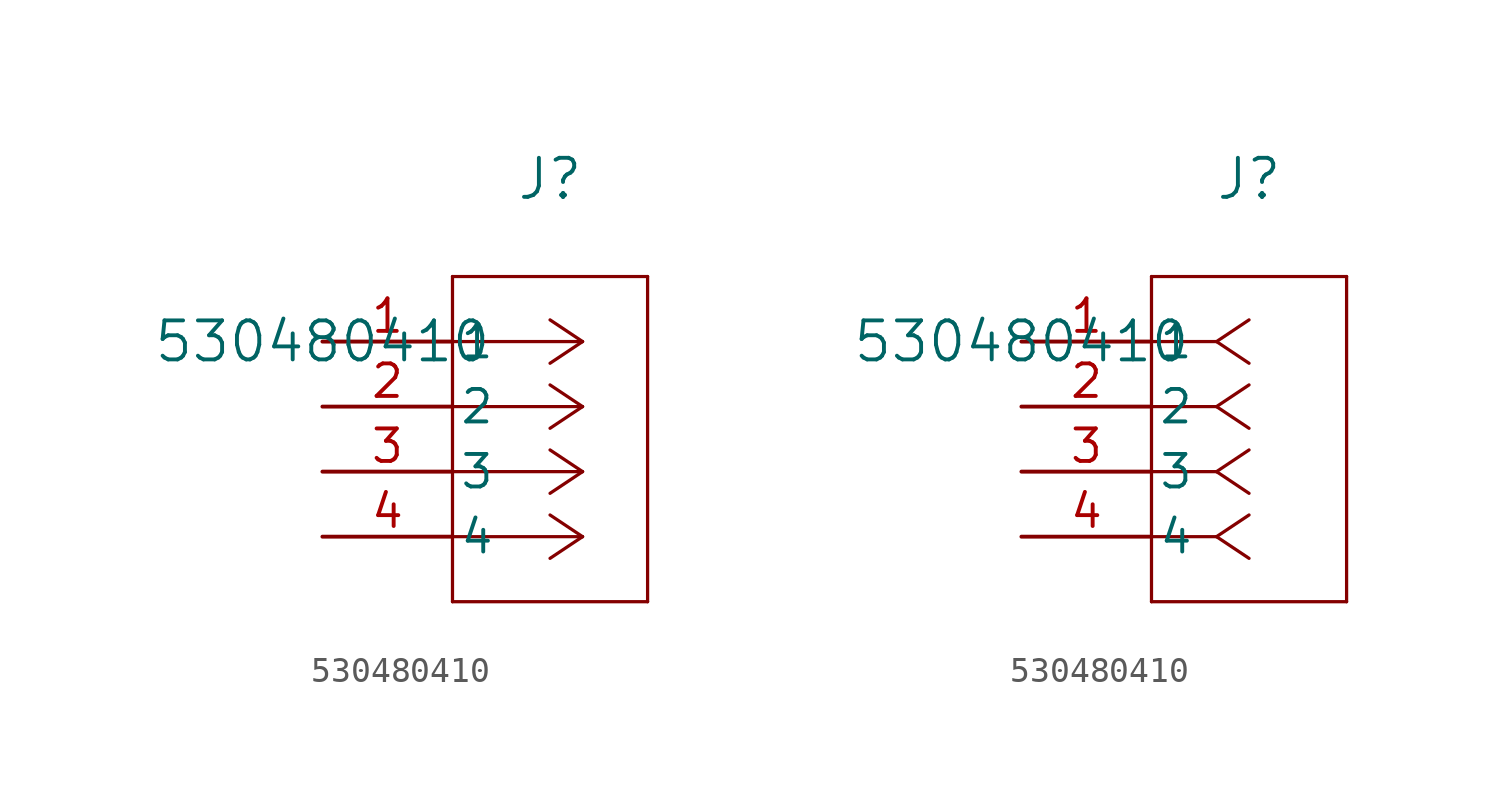
<source format=kicad_sym>
(kicad_symbol_lib
  (version 20231120)
  (generator "kicad_symbol_editor")
  (generator_version "8.0")
  (symbol "530480410"
    (pin_names
      (offset 0.254))
    (property "Reference" "J"
      (at 8.89 6.35 0)
      (effects (font (size 1.524 1.524))))
    (property "Value" "530480410"
      (at 0 0 0)
      (effects (font (size 1.524 1.524))))
    (symbol "530480410_1_1"
      (polyline (pts (xy 5.08 -10.16) (xy 12.7 -10.16)) (stroke (width 0.127) (type default)) (fill (type none)))
      (polyline (pts (xy 5.08 2.54) (xy 5.08 -10.16)) (stroke (width 0.127) (type default)) (fill (type none)))
      (polyline (pts (xy 10.16 -7.62) (xy 5.08 -7.62)) (stroke (width 0.127) (type default)) (fill (type none)))
      (polyline (pts (xy 10.16 -7.62) (xy 8.89 -8.467)) (stroke (width 0.127) (type default)) (fill (type none)))
      (polyline (pts (xy 10.16 -7.62) (xy 8.89 -6.773)) (stroke (width 0.127) (type default)) (fill (type none)))
      (polyline (pts (xy 10.16 -5.08) (xy 5.08 -5.08)) (stroke (width 0.127) (type default)) (fill (type none)))
      (polyline (pts (xy 10.16 -5.08) (xy 8.89 -5.927)) (stroke (width 0.127) (type default)) (fill (type none)))
      (polyline (pts (xy 10.16 -5.08) (xy 8.89 -4.233)) (stroke (width 0.127) (type default)) (fill (type none)))
      (polyline (pts (xy 10.16 -2.54) (xy 5.08 -2.54)) (stroke (width 0.127) (type default)) (fill (type none)))
      (polyline (pts (xy 10.16 -2.54) (xy 8.89 -3.387)) (stroke (width 0.127) (type default)) (fill (type none)))
      (polyline (pts (xy 10.16 -2.54) (xy 8.89 -1.693)) (stroke (width 0.127) (type default)) (fill (type none)))
      (polyline (pts (xy 10.16 0) (xy 5.08 0)) (stroke (width 0.127) (type default)) (fill (type none)))
      (polyline (pts (xy 10.16 0) (xy 8.89 -0.847)) (stroke (width 0.127) (type default)) (fill (type none)))
      (polyline (pts (xy 10.16 0) (xy 8.89 0.847)) (stroke (width 0.127) (type default)) (fill (type none)))
      (polyline (pts (xy 12.7 -10.16) (xy 12.7 2.54)) (stroke (width 0.127) (type default)) (fill (type none)))
      (polyline (pts (xy 12.7 2.54) (xy 5.08 2.54)) (stroke (width 0.127) (type default)) (fill (type none)))
      (pin unspecified line (at 0 0 0) (length 5.08) (name "1" (effects (font (size 1.27 1.27)))) (number "1" (effects (font (size 1.27 1.27)))))
      (pin unspecified line (at 0 -2.54 0) (length 5.08) (name "2" (effects (font (size 1.27 1.27)))) (number "2" (effects (font (size 1.27 1.27)))))
      (pin unspecified line (at 0 -5.08 0) (length 5.08) (name "3" (effects (font (size 1.27 1.27)))) (number "3" (effects (font (size 1.27 1.27)))))
      (pin unspecified line (at 0 -7.62 0) (length 5.08) (name "4" (effects (font (size 1.27 1.27)))) (number "4" (effects (font (size 1.27 1.27))))))
    (symbol "530480410_1_2"
      (polyline (pts (xy 5.08 -10.16) (xy 12.7 -10.16)) (stroke (width 0.127) (type default)) (fill (type none)))
      (polyline (pts (xy 5.08 2.54) (xy 5.08 -10.16)) (stroke (width 0.127) (type default)) (fill (type none)))
      (polyline (pts (xy 7.62 -7.62) (xy 5.08 -7.62)) (stroke (width 0.127) (type default)) (fill (type none)))
      (polyline (pts (xy 7.62 -7.62) (xy 8.89 -8.467)) (stroke (width 0.127) (type default)) (fill (type none)))
      (polyline (pts (xy 7.62 -7.62) (xy 8.89 -6.773)) (stroke (width 0.127) (type default)) (fill (type none)))
      (polyline (pts (xy 7.62 -5.08) (xy 5.08 -5.08)) (stroke (width 0.127) (type default)) (fill (type none)))
      (polyline (pts (xy 7.62 -5.08) (xy 8.89 -5.927)) (stroke (width 0.127) (type default)) (fill (type none)))
      (polyline (pts (xy 7.62 -5.08) (xy 8.89 -4.233)) (stroke (width 0.127) (type default)) (fill (type none)))
      (polyline (pts (xy 7.62 -2.54) (xy 5.08 -2.54)) (stroke (width 0.127) (type default)) (fill (type none)))
      (polyline (pts (xy 7.62 -2.54) (xy 8.89 -3.387)) (stroke (width 0.127) (type default)) (fill (type none)))
      (polyline (pts (xy 7.62 -2.54) (xy 8.89 -1.693)) (stroke (width 0.127) (type default)) (fill (type none)))
      (polyline (pts (xy 7.62 0) (xy 5.08 0)) (stroke (width 0.127) (type default)) (fill (type none)))
      (polyline (pts (xy 7.62 0) (xy 8.89 -0.847)) (stroke (width 0.127) (type default)) (fill (type none)))
      (polyline (pts (xy 7.62 0) (xy 8.89 0.847)) (stroke (width 0.127) (type default)) (fill (type none)))
      (polyline (pts (xy 12.7 -10.16) (xy 12.7 2.54)) (stroke (width 0.127) (type default)) (fill (type none)))
      (polyline (pts (xy 12.7 2.54) (xy 5.08 2.54)) (stroke (width 0.127) (type default)) (fill (type none)))
      (pin unspecified line (at 0 0 0) (length 5.08) (name "1" (effects (font (size 1.27 1.27)))) (number "1" (effects (font (size 1.27 1.27)))))
      (pin unspecified line (at 0 -2.54 0) (length 5.08) (name "2" (effects (font (size 1.27 1.27)))) (number "2" (effects (font (size 1.27 1.27)))))
      (pin unspecified line (at 0 -5.08 0) (length 5.08) (name "3" (effects (font (size 1.27 1.27)))) (number "3" (effects (font (size 1.27 1.27)))))
      (pin unspecified line (at 0 -7.62 0) (length 5.08) (name "4" (effects (font (size 1.27 1.27)))) (number "4" (effects (font (size 1.27 1.27))))))))
</source>
